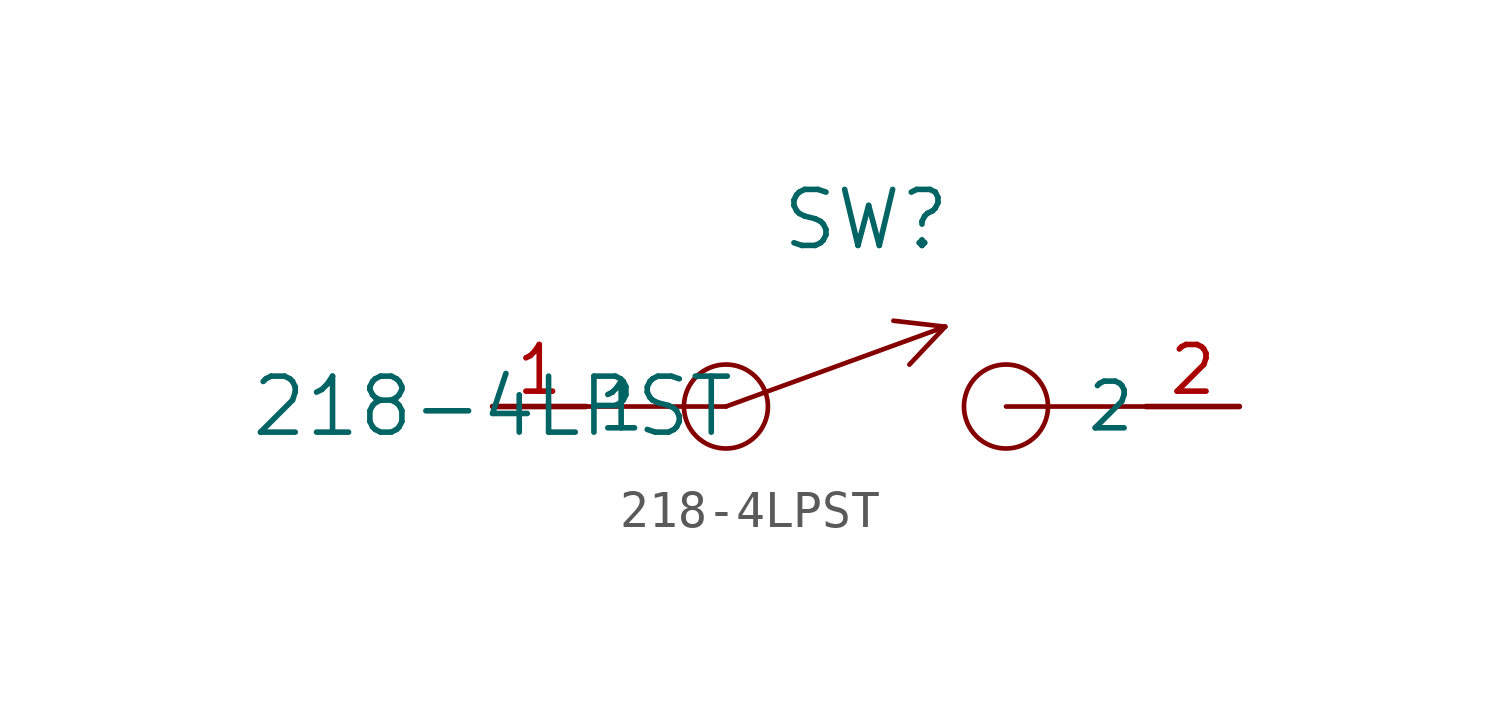
<source format=kicad_sym>
(kicad_symbol_lib
  (version 20211014)
  (generator kicad_symbol_editor)
  (symbol "218-4LPST"
    (pin_names
      (offset 0.254))
    (property "Reference" "SW"
      (at 10.16 5.08 0)
      (effects (font (size 1.524 1.524))))
    (property "Value" "218-4LPST"
      (at 0 0 0)
      (effects (font (size 1.524 1.524))))
    (symbol "218-4LPST_0_1"
      (polyline (pts (xy 2.54 0) (xy 6.35 0)) (stroke (width .127) (type default) (color 0 0 0 0)) (fill (type none)))
      (polyline (pts (xy 17.78 0) (xy 13.97 0)) (stroke (width .127) (type default) (color 0 0 0 0)) (fill (type none)))
      (circle (center 6.35 0) (radius 1.143) (stroke (width .127) (type default) (color 0 0 0 0)) (fill (type none)))
      (circle (center 13.97 0) (radius 1.143) (stroke (width .127) (type default) (color 0 0 0 0)) (fill (type none)))
      (polyline (pts (xy 6.35 0) (xy 12.316 2.172)) (stroke (width .127) (type default) (color 0 0 0 0)) (fill (type none)))
      (polyline (pts (xy 10.907 2.334) (xy 12.316 2.172)) (stroke (width .127) (type default) (color 0 0 0 0)) (fill (type none)))
      (polyline (pts (xy 11.341 1.14) (xy 12.316 2.172)) (stroke (width .127) (type default) (color 0 0 0 0)) (fill (type none)))
      (pin unspecified line (at 0 0 0) (length 2.54) (name "1" (effects (font (size 1.27 1.27)))) (number "1" (effects (font (size 1.27 1.27)))))
      (pin unspecified line (at 20.32 0 180) (length 2.54) (name "2" (effects (font (size 1.27 1.27)))) (number "2" (effects (font (size 1.27 1.27))))))))
</source>
